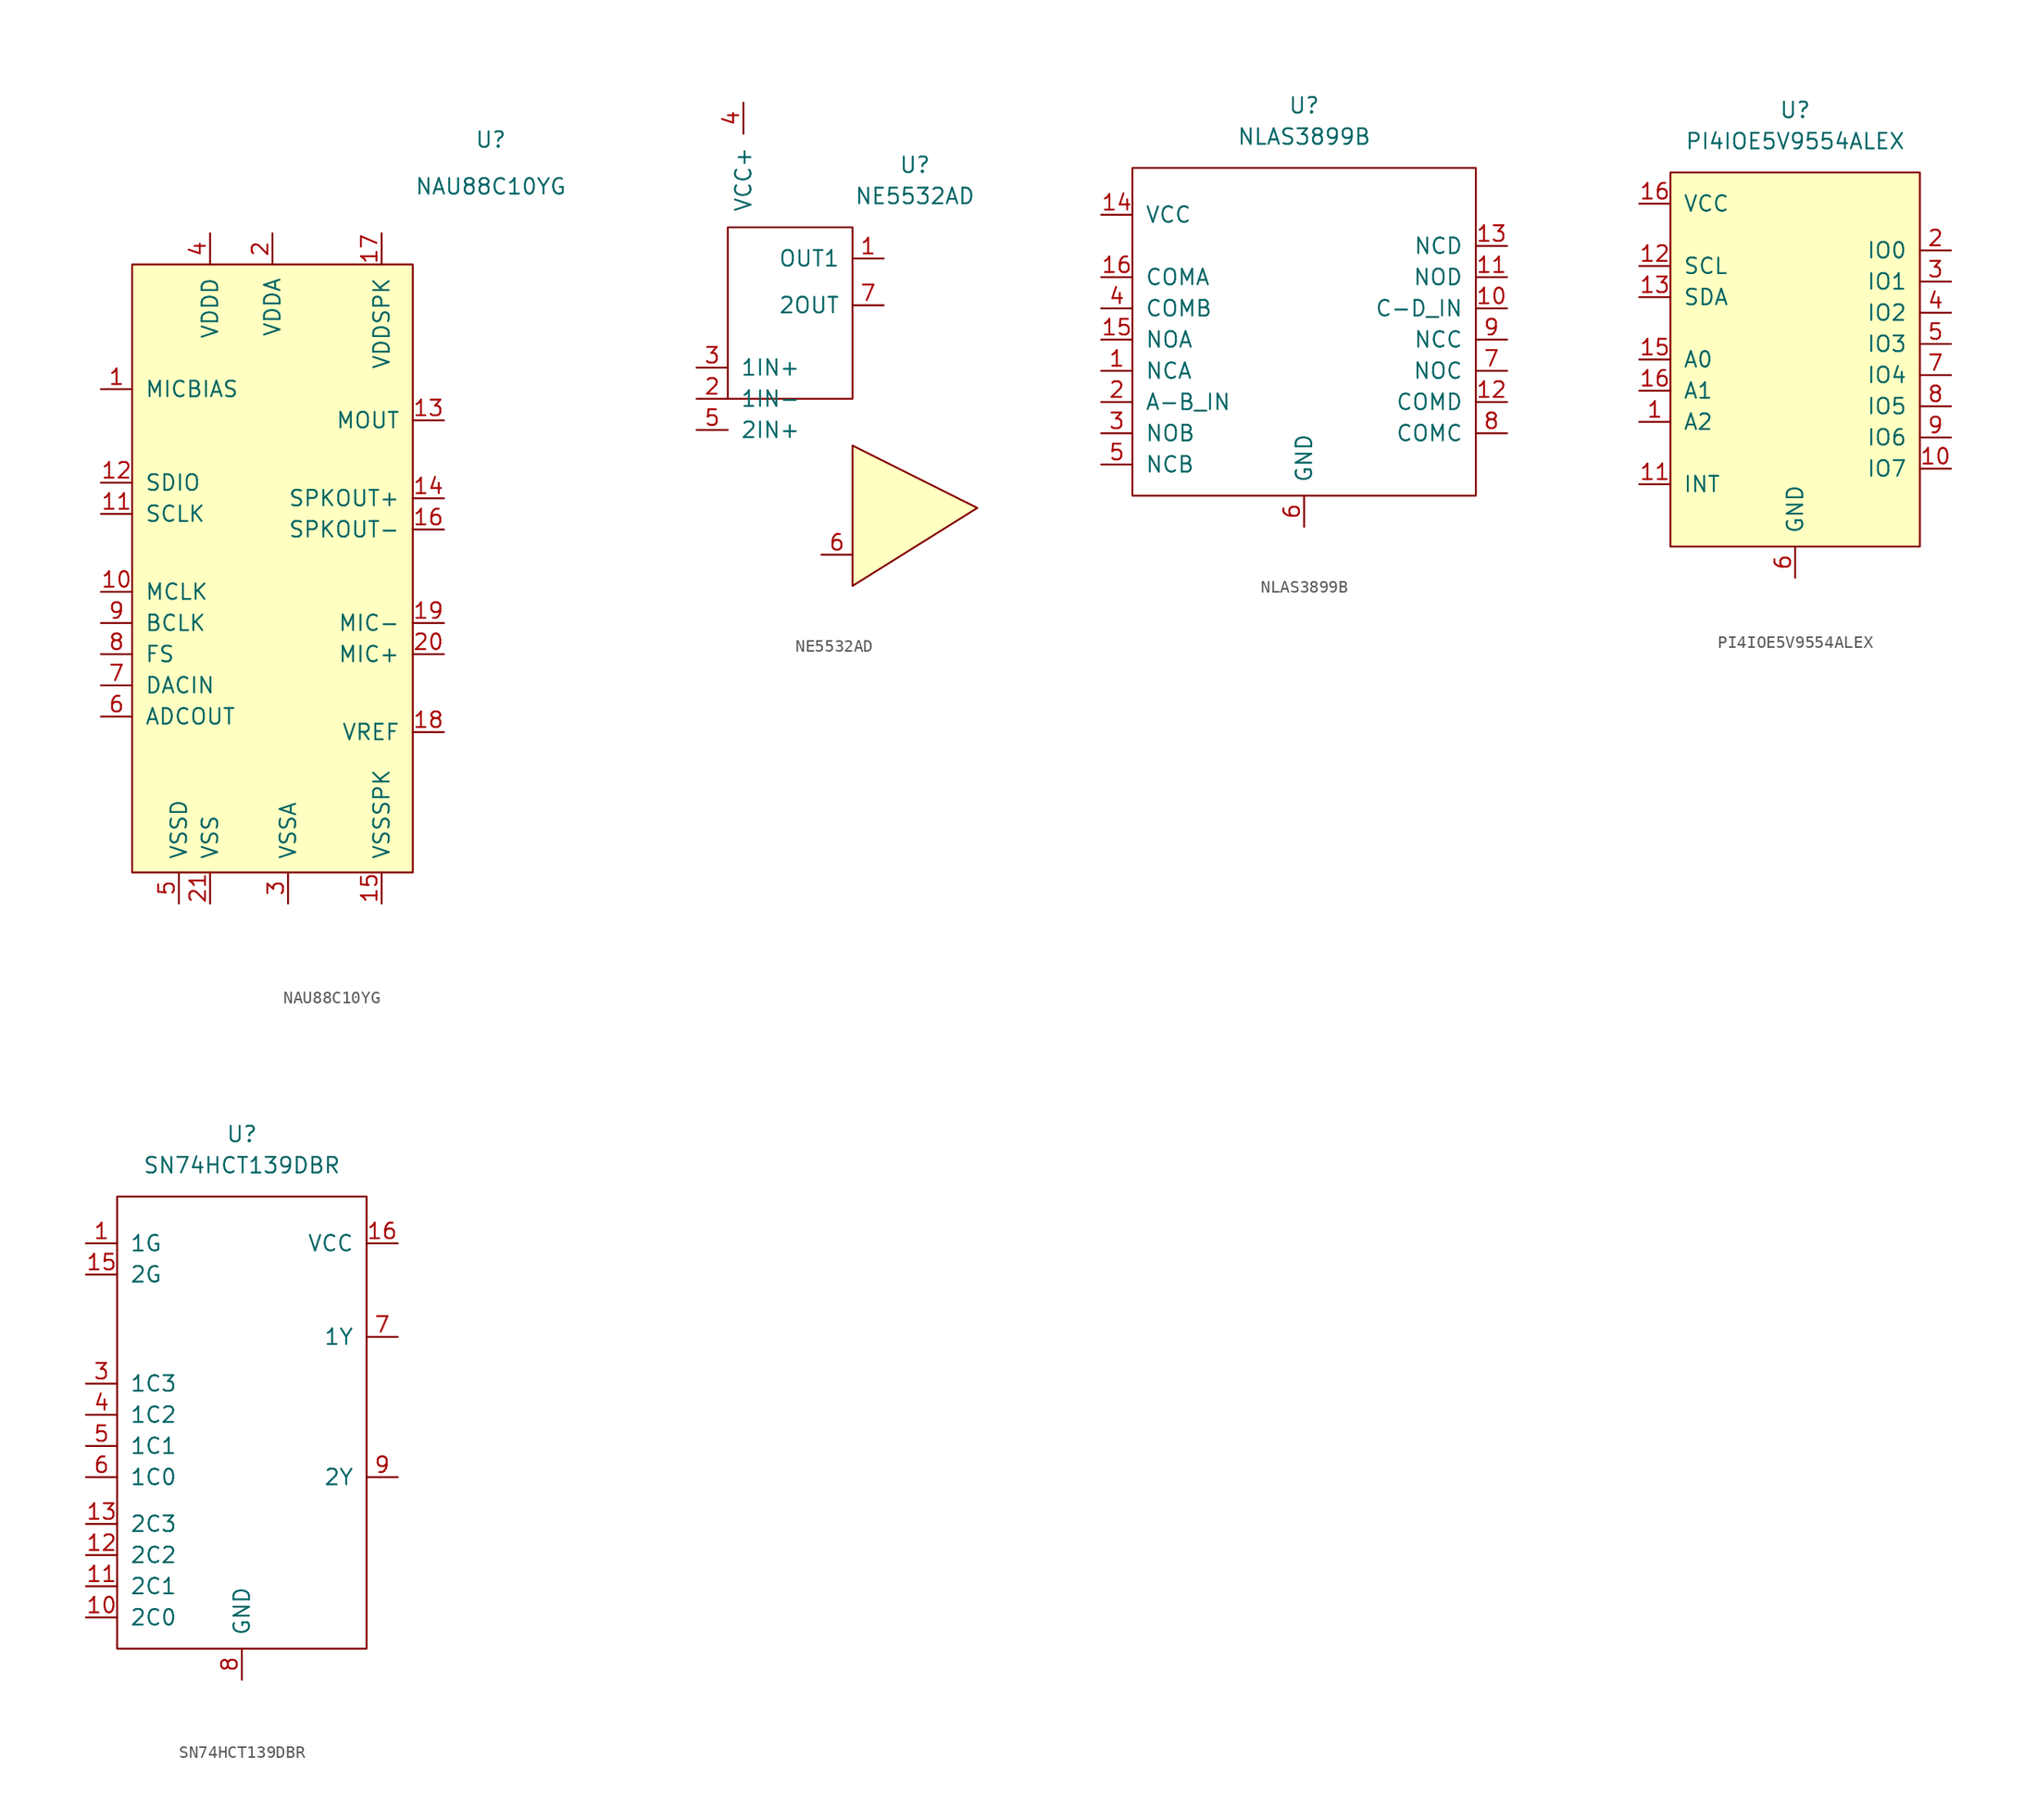
<source format=kicad_sym>
(kicad_symbol_lib
  (version 20211014)
  (generator kicad_symbol_editor)
  (symbol "NAU88C10YG"
    (pin_names
      (offset 1.016))
    (property "Reference" "U"
      (at 17.78 31.75 0)
      (effects (font (size 1.27 1.27))))
    (property "Value" "NAU88C10YG"
      (at 17.78 27.94 0)
      (effects (font (size 1.27 1.27))))
    (symbol "NAU88C10YG_0_1"
      (rectangle (start -11.43 21.59) (end 11.43 -27.94) (stroke (width 0) (type default) (color 0 0 0 0)) (fill (type background))))
    (symbol "NAU88C10YG_1_1"
      (pin power_out line (at -13.97 11.43 0) (length 2.54) (name "MICBIAS" (effects (font (size 1.27 1.27)))) (number "1" (effects (font (size 1.27 1.27)))))
      (pin input line (at -13.97 -5.08 0) (length 2.54) (name "MCLK" (effects (font (size 1.27 1.27)))) (number "10" (effects (font (size 1.27 1.27)))))
      (pin input line (at -13.97 1.27 0) (length 2.54) (name "SCLK" (effects (font (size 1.27 1.27)))) (number "11" (effects (font (size 1.27 1.27)))))
      (pin output line (at -13.97 3.81 0) (length 2.54) (name "SDIO" (effects (font (size 1.27 1.27)))) (number "12" (effects (font (size 1.27 1.27)))))
      (pin output line (at 13.97 8.89 180) (length 2.54) (name "MOUT" (effects (font (size 1.27 1.27)))) (number "13" (effects (font (size 1.27 1.27)))))
      (pin output line (at 13.97 2.54 180) (length 2.54) (name "SPKOUT+" (effects (font (size 1.27 1.27)))) (number "14" (effects (font (size 1.27 1.27)))))
      (pin power_out line (at 8.89 -30.48 90) (length 2.54) (name "VSSSPK" (effects (font (size 1.27 1.27)))) (number "15" (effects (font (size 1.27 1.27)))))
      (pin output line (at 13.97 0 180) (length 2.54) (name "SPKOUT-" (effects (font (size 1.27 1.27)))) (number "16" (effects (font (size 1.27 1.27)))))
      (pin power_in line (at 8.89 24.13 270) (length 2.54) (name "VDDSPK" (effects (font (size 1.27 1.27)))) (number "17" (effects (font (size 1.27 1.27)))))
      (pin power_out line (at 13.97 -16.51 180) (length 2.54) (name "VREF" (effects (font (size 1.27 1.27)))) (number "18" (effects (font (size 1.27 1.27)))))
      (pin input line (at 13.97 -7.62 180) (length 2.54) (name "MIC-" (effects (font (size 1.27 1.27)))) (number "19" (effects (font (size 1.27 1.27)))))
      (pin power_in line (at 0 24.13 270) (length 2.54) (name "VDDA" (effects (font (size 1.27 1.27)))) (number "2" (effects (font (size 1.27 1.27)))))
      (pin input line (at 13.97 -10.16 180) (length 2.54) (name "MIC+" (effects (font (size 1.27 1.27)))) (number "20" (effects (font (size 1.27 1.27)))))
      (pin power_out line (at -5.08 -30.48 90) (length 2.54) (name "VSS" (effects (font (size 1.27 1.27)))) (number "21" (effects (font (size 1.27 1.27)))))
      (pin power_out line (at 1.27 -30.48 90) (length 2.54) (name "VSSA" (effects (font (size 1.27 1.27)))) (number "3" (effects (font (size 1.27 1.27)))))
      (pin power_in line (at -5.08 24.13 270) (length 2.54) (name "VDDD" (effects (font (size 1.27 1.27)))) (number "4" (effects (font (size 1.27 1.27)))))
      (pin power_out line (at -7.62 -30.48 90) (length 2.54) (name "VSSD" (effects (font (size 1.27 1.27)))) (number "5" (effects (font (size 1.27 1.27)))))
      (pin output line (at -13.97 -15.24 0) (length 2.54) (name "ADCOUT" (effects (font (size 1.27 1.27)))) (number "6" (effects (font (size 1.27 1.27)))))
      (pin input line (at -13.97 -12.7 0) (length 2.54) (name "DACIN" (effects (font (size 1.27 1.27)))) (number "7" (effects (font (size 1.27 1.27)))))
      (pin bidirectional line (at -13.97 -10.16 0) (length 2.54) (name "FS" (effects (font (size 1.27 1.27)))) (number "8" (effects (font (size 1.27 1.27)))))
      (pin input line (at -13.97 -7.62 0) (length 2.54) (name "BCLK" (effects (font (size 1.27 1.27)))) (number "9" (effects (font (size 1.27 1.27)))))))
  (symbol "NE5532AD"
    (pin_names
      (offset 1.016))
    (property "Reference" "U"
      (at 6.35 21.59 0)
      (effects (font (size 1.27 1.27))))
    (property "Value" "NE5532AD"
      (at 6.35 19.05 0)
      (effects (font (size 1.27 1.27))))
    (symbol "NE5532AD_0_1"
      (rectangle (start -8.89 16.51) (end 1.27 2.54) (stroke (width 0) (type default) (color 0 0 0 0)) (fill (type none)))
      (polyline (pts (xy 1.27 -1.27) (xy 1.27 -11.43) (xy 1.27 -12.7) (xy 11.43 -6.35) (xy 1.27 -1.27)) (stroke (width 0) (type default) (color 0 0 0 0)) (fill (type background))))
    (symbol "NE5532AD_1_1"
      (pin bidirectional line (at 3.81 13.97 180) (length 2.54) (name "OUT1" (effects (font (size 1.27 1.27)))) (number "1" (effects (font (size 1.27 1.27)))))
      (pin bidirectional line (at -11.43 2.54 0) (length 2.54) (name "1IN-" (effects (font (size 1.27 1.27)))) (number "2" (effects (font (size 1.27 1.27)))))
      (pin bidirectional line (at -11.43 5.08 0) (length 2.54) (name "1IN+" (effects (font (size 1.27 1.27)))) (number "3" (effects (font (size 1.27 1.27)))))
      (pin power_in line (at -7.62 26.67 270) (length 2.54) (name "VCC+" (effects (font (size 1.27 1.27)))) (number "4" (effects (font (size 1.27 1.27)))))
      (pin bidirectional line (at -11.43 0 0) (length 2.54) (name "2IN+" (effects (font (size 1.27 1.27)))) (number "5" (effects (font (size 1.27 1.27)))))
      (pin input line (at -1.27 -10.16 0) (length 2.54) (name "~" (effects (font (size 1.27 1.27)))) (number "6" (effects (font (size 1.27 1.27)))))
      (pin bidirectional line (at 3.81 10.16 180) (length 2.54) (name "2OUT" (effects (font (size 1.27 1.27)))) (number "7" (effects (font (size 1.27 1.27)))))))
  (symbol "NLAS3899B"
    (pin_names
      (offset 1.016))
    (property "Reference" "U"
      (at 0 17.78 0)
      (effects (font (size 1.27 1.27))))
    (property "Value" "NLAS3899B"
      (at 0 15.24 0)
      (effects (font (size 1.27 1.27))))
    (symbol "NLAS3899B_0_1"
      (rectangle (start -13.97 12.7) (end 13.97 -13.97) (stroke (width 0) (type default) (color 0 0 0 0)) (fill (type none))))
    (symbol "NLAS3899B_1_1"
      (pin input line (at -16.51 -3.81 0) (length 2.54) (name "NCA" (effects (font (size 1.27 1.27)))) (number "1" (effects (font (size 1.27 1.27)))))
      (pin input line (at 16.51 1.27 180) (length 2.54) (name "C-D_IN" (effects (font (size 1.27 1.27)))) (number "10" (effects (font (size 1.27 1.27)))))
      (pin input line (at 16.51 3.81 180) (length 2.54) (name "NOD" (effects (font (size 1.27 1.27)))) (number "11" (effects (font (size 1.27 1.27)))))
      (pin input line (at 16.51 -6.35 180) (length 2.54) (name "COMD" (effects (font (size 1.27 1.27)))) (number "12" (effects (font (size 1.27 1.27)))))
      (pin input line (at 16.51 6.35 180) (length 2.54) (name "NCD" (effects (font (size 1.27 1.27)))) (number "13" (effects (font (size 1.27 1.27)))))
      (pin input line (at -16.51 8.89 0) (length 2.54) (name "VCC" (effects (font (size 1.27 1.27)))) (number "14" (effects (font (size 1.27 1.27)))))
      (pin input line (at -16.51 -1.27 0) (length 2.54) (name "NOA" (effects (font (size 1.27 1.27)))) (number "15" (effects (font (size 1.27 1.27)))))
      (pin input line (at -16.51 3.81 0) (length 2.54) (name "COMA" (effects (font (size 1.27 1.27)))) (number "16" (effects (font (size 1.27 1.27)))))
      (pin input line (at -16.51 -6.35 0) (length 2.54) (name "A-B_IN" (effects (font (size 1.27 1.27)))) (number "2" (effects (font (size 1.27 1.27)))))
      (pin input line (at -16.51 -8.89 0) (length 2.54) (name "NOB" (effects (font (size 1.27 1.27)))) (number "3" (effects (font (size 1.27 1.27)))))
      (pin input line (at -16.51 1.27 0) (length 2.54) (name "COMB" (effects (font (size 1.27 1.27)))) (number "4" (effects (font (size 1.27 1.27)))))
      (pin input line (at -16.51 -11.43 0) (length 2.54) (name "NCB" (effects (font (size 1.27 1.27)))) (number "5" (effects (font (size 1.27 1.27)))))
      (pin input line (at 0 -16.51 90) (length 2.54) (name "GND" (effects (font (size 1.27 1.27)))) (number "6" (effects (font (size 1.27 1.27)))))
      (pin input line (at 16.51 -3.81 180) (length 2.54) (name "NOC" (effects (font (size 1.27 1.27)))) (number "7" (effects (font (size 1.27 1.27)))))
      (pin input line (at 16.51 -8.89 180) (length 2.54) (name "COMC" (effects (font (size 1.27 1.27)))) (number "8" (effects (font (size 1.27 1.27)))))
      (pin input line (at 16.51 -1.27 180) (length 2.54) (name "NCC" (effects (font (size 1.27 1.27)))) (number "9" (effects (font (size 1.27 1.27)))))))
  (symbol "PI4IOE5V9554ALEX"
    (pin_names
      (offset 1.016))
    (property "Reference" "U"
      (at 0 20.32 0)
      (effects (font (size 1.27 1.27))))
    (property "Value" "PI4IOE5V9554ALEX"
      (at 0 17.78 0)
      (effects (font (size 1.27 1.27))))
    (symbol "PI4IOE5V9554ALEX_0_1"
      (rectangle (start -10.16 15.24) (end 10.16 -15.24) (stroke (width 0) (type default) (color 0 0 0 0)) (fill (type background))))
    (symbol "PI4IOE5V9554ALEX_1_1"
      (pin input line (at -12.7 -5.08 0) (length 2.54) (name "A2" (effects (font (size 1.27 1.27)))) (number "1" (effects (font (size 1.27 1.27)))))
      (pin bidirectional line (at 12.7 -8.89 180) (length 2.54) (name "IO7" (effects (font (size 1.27 1.27)))) (number "10" (effects (font (size 1.27 1.27)))))
      (pin output line (at -12.7 -10.16 0) (length 2.54) (name "INT" (effects (font (size 1.27 1.27)))) (number "11" (effects (font (size 1.27 1.27)))))
      (pin input line (at -12.7 7.62 0) (length 2.54) (name "SCL" (effects (font (size 1.27 1.27)))) (number "12" (effects (font (size 1.27 1.27)))))
      (pin bidirectional line (at -12.7 5.08 0) (length 2.54) (name "SDA" (effects (font (size 1.27 1.27)))) (number "13" (effects (font (size 1.27 1.27)))))
      (pin input line (at -12.7 0 0) (length 2.54) (name "A0" (effects (font (size 1.27 1.27)))) (number "15" (effects (font (size 1.27 1.27)))))
      (pin input line (at -12.7 -2.54 0) (length 2.54) (name "A1" (effects (font (size 1.27 1.27)))) (number "16" (effects (font (size 1.27 1.27)))))
      (pin power_in line (at -12.7 12.7 0) (length 2.54) (name "VCC" (effects (font (size 1.27 1.27)))) (number "16" (effects (font (size 1.27 1.27)))))
      (pin bidirectional line (at 12.7 8.89 180) (length 2.54) (name "IO0" (effects (font (size 1.27 1.27)))) (number "2" (effects (font (size 1.27 1.27)))))
      (pin bidirectional line (at 12.7 6.35 180) (length 2.54) (name "IO1" (effects (font (size 1.27 1.27)))) (number "3" (effects (font (size 1.27 1.27)))))
      (pin bidirectional line (at 12.7 3.81 180) (length 2.54) (name "IO2" (effects (font (size 1.27 1.27)))) (number "4" (effects (font (size 1.27 1.27)))))
      (pin bidirectional line (at 12.7 1.27 180) (length 2.54) (name "IO3" (effects (font (size 1.27 1.27)))) (number "5" (effects (font (size 1.27 1.27)))))
      (pin power_in line (at 0 -17.78 90) (length 2.54) (name "GND" (effects (font (size 1.27 1.27)))) (number "6" (effects (font (size 1.27 1.27)))))
      (pin bidirectional line (at 12.7 -1.27 180) (length 2.54) (name "IO4" (effects (font (size 1.27 1.27)))) (number "7" (effects (font (size 1.27 1.27)))))
      (pin bidirectional line (at 12.7 -3.81 180) (length 2.54) (name "IO5" (effects (font (size 1.27 1.27)))) (number "8" (effects (font (size 1.27 1.27)))))
      (pin bidirectional line (at 12.7 -6.35 180) (length 2.54) (name "IO6" (effects (font (size 1.27 1.27)))) (number "9" (effects (font (size 1.27 1.27)))))))
  (symbol "SN74HCT139DBR"
    (pin_names
      (offset 1.016))
    (property "Reference" "U"
      (at 0 17.78 0)
      (effects (font (size 1.27 1.27))))
    (property "Value" "SN74HCT139DBR"
      (at 0 15.24 0)
      (effects (font (size 1.27 1.27))))
    (symbol "SN74HCT139DBR_0_1"
      (rectangle (start -10.16 12.7) (end 10.16 -24.13) (stroke (width 0) (type default) (color 0 0 0 0)) (fill (type none))))
    (symbol "SN74HCT139DBR_1_1"
      (pin input line (at -12.7 8.89 0) (length 2.54) (name "1G" (effects (font (size 1.27 1.27)))) (number "1" (effects (font (size 1.27 1.27)))))
      (pin input line (at -12.7 -21.59 0) (length 2.54) (name "2C0" (effects (font (size 1.27 1.27)))) (number "10" (effects (font (size 1.27 1.27)))))
      (pin input line (at -12.7 -19.05 0) (length 2.54) (name "2C1" (effects (font (size 1.27 1.27)))) (number "11" (effects (font (size 1.27 1.27)))))
      (pin input line (at -12.7 -16.51 0) (length 2.54) (name "2C2" (effects (font (size 1.27 1.27)))) (number "12" (effects (font (size 1.27 1.27)))))
      (pin input line (at -12.7 -13.97 0) (length 2.54) (name "2C3" (effects (font (size 1.27 1.27)))) (number "13" (effects (font (size 1.27 1.27)))))
      (pin input line (at -12.7 6.35 0) (length 2.54) (name "2G" (effects (font (size 1.27 1.27)))) (number "15" (effects (font (size 1.27 1.27)))))
      (pin power_in line (at 12.7 8.89 180) (length 2.54) (name "VCC" (effects (font (size 1.27 1.27)))) (number "16" (effects (font (size 1.27 1.27)))))
      (pin input line (at -12.7 -2.54 0) (length 2.54) (name "1C3" (effects (font (size 1.27 1.27)))) (number "3" (effects (font (size 1.27 1.27)))))
      (pin input line (at -12.7 -5.08 0) (length 2.54) (name "1C2" (effects (font (size 1.27 1.27)))) (number "4" (effects (font (size 1.27 1.27)))))
      (pin input line (at -12.7 -7.62 0) (length 2.54) (name "1C1" (effects (font (size 1.27 1.27)))) (number "5" (effects (font (size 1.27 1.27)))))
      (pin input line (at -12.7 -10.16 0) (length 2.54) (name "1C0" (effects (font (size 1.27 1.27)))) (number "6" (effects (font (size 1.27 1.27)))))
      (pin output line (at 12.7 1.27 180) (length 2.54) (name "1Y" (effects (font (size 1.27 1.27)))) (number "7" (effects (font (size 1.27 1.27)))))
      (pin power_in line (at 0 -26.67 90) (length 2.54) (name "GND" (effects (font (size 1.27 1.27)))) (number "8" (effects (font (size 1.27 1.27)))))
      (pin output line (at 12.7 -10.16 180) (length 2.54) (name "2Y" (effects (font (size 1.27 1.27)))) (number "9" (effects (font (size 1.27 1.27))))))))
</source>
